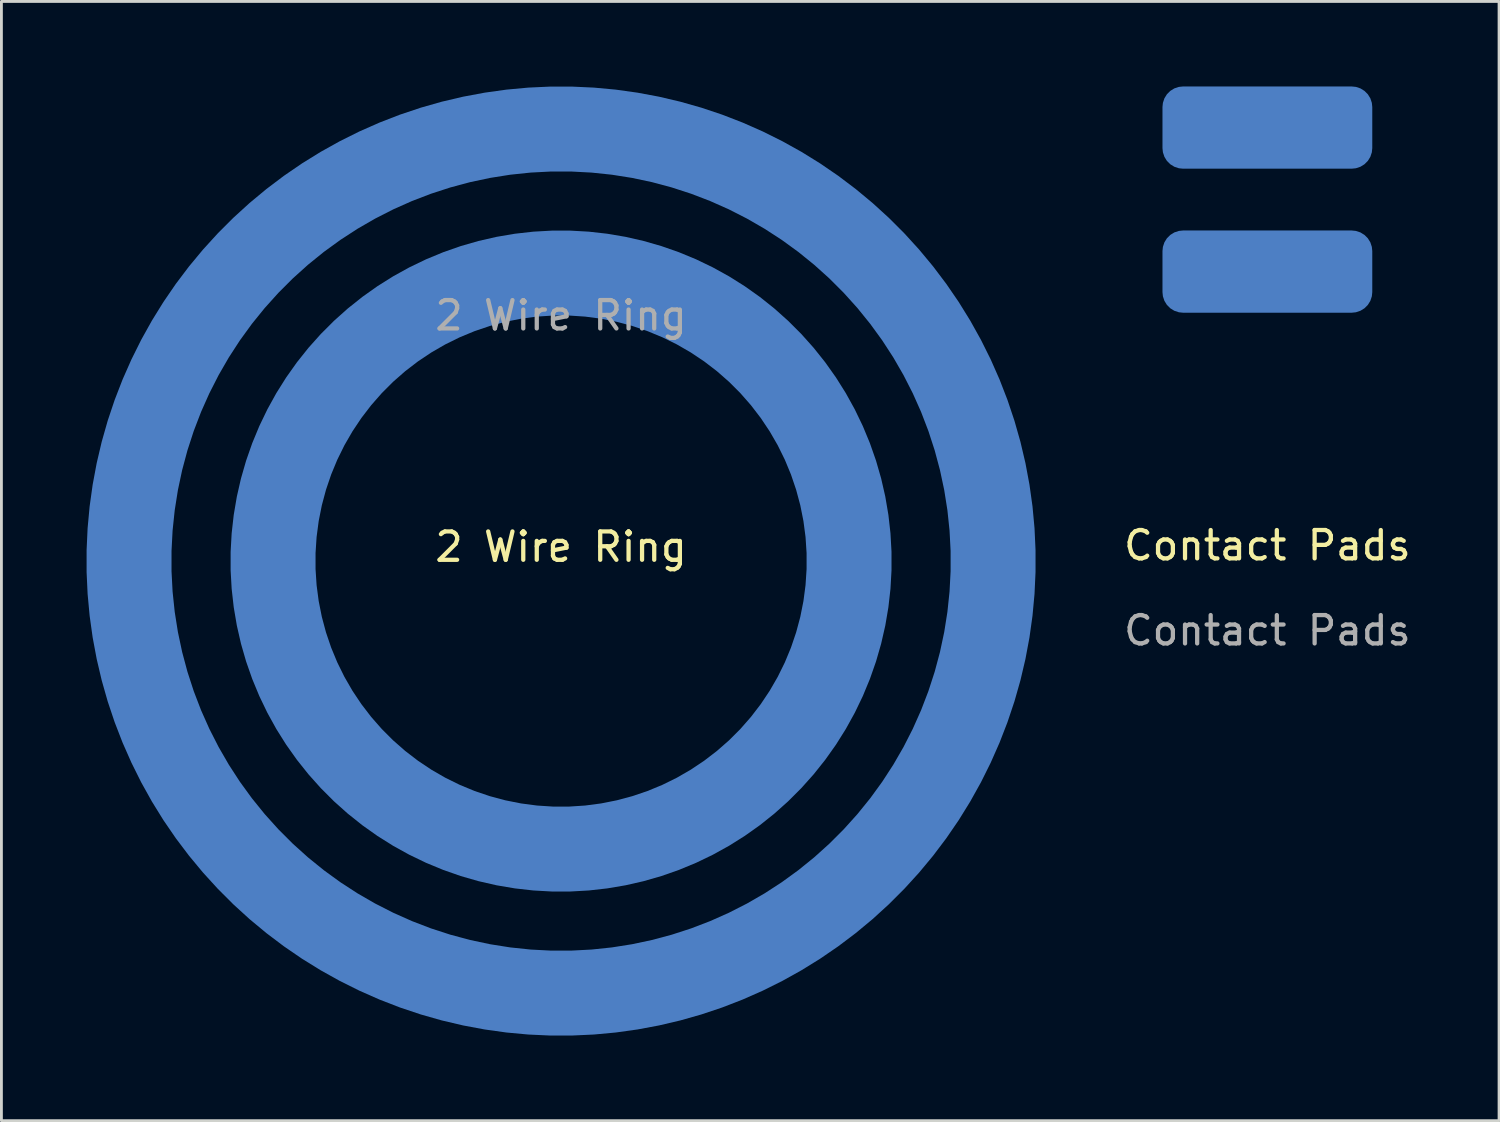
<source format=kicad_pcb>
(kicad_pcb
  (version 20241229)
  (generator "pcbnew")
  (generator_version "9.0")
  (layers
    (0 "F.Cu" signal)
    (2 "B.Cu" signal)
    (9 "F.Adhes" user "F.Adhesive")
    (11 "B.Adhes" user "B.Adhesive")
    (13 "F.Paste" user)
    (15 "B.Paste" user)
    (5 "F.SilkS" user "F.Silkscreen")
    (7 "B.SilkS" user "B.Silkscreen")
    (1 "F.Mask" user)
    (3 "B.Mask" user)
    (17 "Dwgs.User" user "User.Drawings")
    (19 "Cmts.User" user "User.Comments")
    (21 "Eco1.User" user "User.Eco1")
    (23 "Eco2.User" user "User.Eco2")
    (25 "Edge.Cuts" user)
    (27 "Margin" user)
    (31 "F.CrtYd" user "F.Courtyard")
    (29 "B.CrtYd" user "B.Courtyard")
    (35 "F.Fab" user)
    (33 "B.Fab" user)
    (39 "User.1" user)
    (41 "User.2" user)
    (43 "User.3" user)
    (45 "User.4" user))
  (footprint "2 Wire Ring"
    (layer "F.Cu")
    (at 16.74 16.74)
    (property "Reference" "2 Wire Ring" (at 0 -0.5 0) (unlocked yes) (layer "F.SilkS") (effects (font (size 1 1) (thickness 0.15))))
    (attr smd)
    (fp_text user "${REFERENCE}" (at 0 -8.66 0) (unlocked yes) (layer "F.Fab") (effects (font (size 1 1) (thickness 0.15))))
    (pad "1" smd custom (at 10.16 0) (size 3 3) (layers "B.Cu" "B.Mask") (options (anchor circle)) (primitives (gr_circle (center -10.16 0) (end 0 0) (width 3) (fill no))))
    (pad "2" smd custom (at 15.24 -0.012) (size 3 3) (layers "B.Cu" "B.Mask") (options (anchor circle)) (primitives (gr_circle (center -15.24 0.012) (end 0.000005 0.012) (width 3) (fill no)))))
  (footprint "Contact Pads"
    (layer "F.Cu")
    (at 41.653 16.69)
    (property "Reference" "Contact Pads" (at 0 -0.5 0) (unlocked yes) (layer "F.SilkS") (effects (font (size 1 1) (thickness 0.15))))
    (attr smd)
    (fp_text user "${REFERENCE}" (at 0 2.5 0) (unlocked yes) (layer "F.Fab") (effects (font (size 1 1) (thickness 0.15))))
    (pad "1" smd roundrect (at 0 -10.16 90) (size 2.9 7.4) (layers "B.Cu" "B.Mask" "B.Paste") (roundrect_rratio 0.25))
    (pad "2" smd roundrect (at 0 -15.24 90) (size 2.9 7.4) (layers "B.Cu" "B.Mask" "B.Paste") (roundrect_rratio 0.25)))
  (gr_rect
    (start -3 -3)
    (end 49.825 36.48)
    (stroke (width 0.1) (type default))
    (fill no)
    (layer "Edge.Cuts")))
</source>
